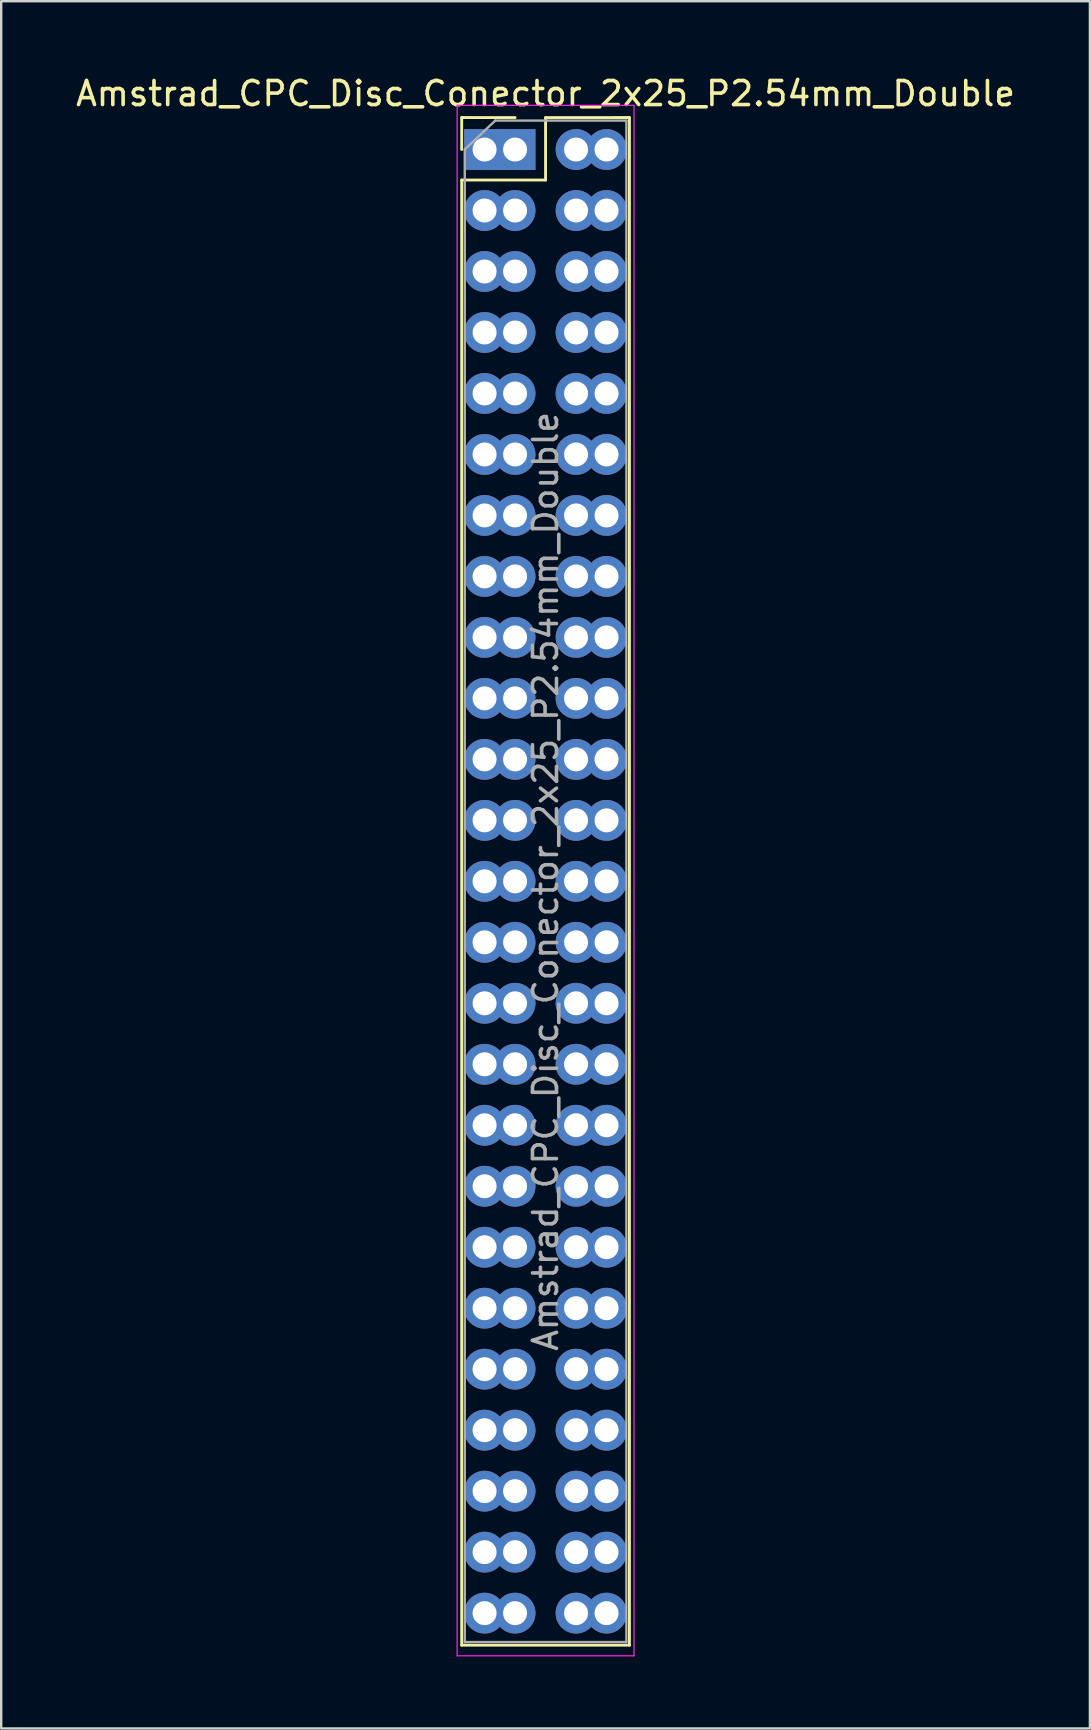
<source format=kicad_pcb>
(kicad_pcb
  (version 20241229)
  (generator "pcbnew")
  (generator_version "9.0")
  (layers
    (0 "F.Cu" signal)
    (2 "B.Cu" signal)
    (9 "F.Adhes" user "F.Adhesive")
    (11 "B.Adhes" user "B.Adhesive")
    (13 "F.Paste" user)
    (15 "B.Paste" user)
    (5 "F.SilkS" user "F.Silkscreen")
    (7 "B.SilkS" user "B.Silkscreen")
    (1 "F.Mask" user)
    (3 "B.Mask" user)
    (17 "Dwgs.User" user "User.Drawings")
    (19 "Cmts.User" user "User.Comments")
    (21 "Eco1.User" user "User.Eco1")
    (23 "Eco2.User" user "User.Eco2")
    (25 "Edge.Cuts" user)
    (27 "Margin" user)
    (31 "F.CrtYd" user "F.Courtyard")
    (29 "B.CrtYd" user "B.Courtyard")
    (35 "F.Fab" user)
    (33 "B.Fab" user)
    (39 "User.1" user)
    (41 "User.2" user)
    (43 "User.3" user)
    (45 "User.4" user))
  (footprint "Amstrad_CPC_Disc_Conector_2x25_P2.54mm_Double"
    (layer "F.Cu")
    (at 18.403 3.178)
    (property "Reference" "Amstrad_CPC_Disc_Conector_2x25_P2.54mm_Double" (at 1.27 -2.33 0) (layer "F.SilkS") (effects (font (size 1 1) (thickness 0.15))))
    (attr through_hole)
    (fp_line (start -2.223 -1.333) (end 0 -1.33) (stroke (width 0.12) (type solid)) (layer "F.SilkS"))
    (fp_line (start -2.223 -0.004) (end -2.223 -1.333) (stroke (width 0.12) (type solid)) (layer "F.SilkS"))
    (fp_line (start -2.223 1.27) (end 1.27 1.27) (stroke (width 0.12) (type solid)) (layer "F.SilkS"))
    (fp_line (start -2.223 1.274) (end -2.223 62.294) (stroke (width 0.12) (type solid)) (layer "F.SilkS"))
    (fp_line (start -2.223 62.294) (end 4.763 62.294) (stroke (width 0.12) (type solid)) (layer "F.SilkS"))
    (fp_line (start 1.27 -1.33) (end 4.763 -1.333) (stroke (width 0.12) (type solid)) (layer "F.SilkS"))
    (fp_line (start 1.27 1.27) (end 1.27 -1.33) (stroke (width 0.12) (type solid)) (layer "F.SilkS"))
    (fp_line (start 4.763 -1.327) (end 4.763 62.294) (stroke (width 0.12) (type solid)) (layer "F.SilkS"))
    (fp_line (start -2.413 -1.841) (end -2.413 62.738) (stroke (width 0.05) (type solid)) (layer "F.CrtYd"))
    (fp_line (start -2.413 62.738) (end 4.953 62.738) (stroke (width 0.05) (type solid)) (layer "F.CrtYd"))
    (fp_line (start 4.953 -1.841) (end -2.413 -1.841) (stroke (width 0.05) (type solid)) (layer "F.CrtYd"))
    (fp_line (start 4.953 62.738) (end 4.953 -1.841) (stroke (width 0.05) (type solid)) (layer "F.CrtYd"))
    (fp_line (start -2.095 0) (end -0.826 -1.206) (stroke (width 0.1) (type solid)) (layer "F.Fab"))
    (fp_line (start -2.095 62.166) (end -2.095 0) (stroke (width 0.1) (type solid)) (layer "F.Fab"))
    (fp_line (start -0.826 -1.206) (end 4.636 -1.206) (stroke (width 0.1) (type solid)) (layer "F.Fab"))
    (fp_line (start 4.636 -1.206) (end 4.636 62.166) (stroke (width 0.1) (type solid)) (layer "F.Fab"))
    (fp_line (start 4.636 62.166) (end -2.095 62.166) (stroke (width 0.1) (type solid)) (layer "F.Fab"))
    (fp_text user "${REFERENCE}" (at 1.27 30.48 90) (layer "F.Fab") (effects (font (size 1 1) (thickness 0.15))))
    (pad "1" thru_hole rect (at -1.27 0) (size 1.7 1.7) (drill 1) (layers "*.Cu" "*.Mask"))
    (pad "1" thru_hole rect (at 0 0) (size 1.7 1.7) (drill 1) (layers "*.Cu" "*.Mask"))
    (pad "2" thru_hole oval (at 2.54 0) (size 1.7 1.7) (drill 1) (layers "*.Cu" "*.Mask"))
    (pad "2" thru_hole oval (at 3.81 0) (size 1.7 1.7) (drill 1) (layers "*.Cu" "*.Mask"))
    (pad "3" thru_hole oval (at -1.27 2.54) (size 1.7 1.7) (drill 1) (layers "*.Cu" "*.Mask"))
    (pad "3" thru_hole oval (at 0 2.54) (size 1.7 1.7) (drill 1) (layers "*.Cu" "*.Mask"))
    (pad "4" thru_hole oval (at 2.54 2.54) (size 1.7 1.7) (drill 1) (layers "*.Cu" "*.Mask"))
    (pad "4" thru_hole oval (at 3.81 2.54) (size 1.7 1.7) (drill 1) (layers "*.Cu" "*.Mask"))
    (pad "5" thru_hole oval (at -1.27 5.08) (size 1.7 1.7) (drill 1) (layers "*.Cu" "*.Mask"))
    (pad "5" thru_hole oval (at 0 5.08) (size 1.7 1.7) (drill 1) (layers "*.Cu" "*.Mask"))
    (pad "6" thru_hole oval (at 2.54 5.08) (size 1.7 1.7) (drill 1) (layers "*.Cu" "*.Mask"))
    (pad "6" thru_hole oval (at 3.81 5.08) (size 1.7 1.7) (drill 1) (layers "*.Cu" "*.Mask"))
    (pad "7" thru_hole oval (at -1.27 7.62) (size 1.7 1.7) (drill 1) (layers "*.Cu" "*.Mask"))
    (pad "7" thru_hole oval (at 0 7.62) (size 1.7 1.7) (drill 1) (layers "*.Cu" "*.Mask"))
    (pad "8" thru_hole oval (at 2.54 7.62) (size 1.7 1.7) (drill 1) (layers "*.Cu" "*.Mask"))
    (pad "8" thru_hole oval (at 3.81 7.62) (size 1.7 1.7) (drill 1) (layers "*.Cu" "*.Mask"))
    (pad "9" thru_hole oval (at -1.27 10.16) (size 1.7 1.7) (drill 1) (layers "*.Cu" "*.Mask"))
    (pad "9" thru_hole oval (at 0 10.16) (size 1.7 1.7) (drill 1) (layers "*.Cu" "*.Mask"))
    (pad "10" thru_hole oval (at 2.54 10.16) (size 1.7 1.7) (drill 1) (layers "*.Cu" "*.Mask"))
    (pad "10" thru_hole oval (at 3.81 10.16) (size 1.7 1.7) (drill 1) (layers "*.Cu" "*.Mask"))
    (pad "11" thru_hole oval (at -1.27 12.7) (size 1.7 1.7) (drill 1) (layers "*.Cu" "*.Mask"))
    (pad "11" thru_hole oval (at 0 12.7) (size 1.7 1.7) (drill 1) (layers "*.Cu" "*.Mask"))
    (pad "12" thru_hole oval (at 2.54 12.7) (size 1.7 1.7) (drill 1) (layers "*.Cu" "*.Mask"))
    (pad "12" thru_hole oval (at 3.81 12.7) (size 1.7 1.7) (drill 1) (layers "*.Cu" "*.Mask"))
    (pad "13" thru_hole oval (at -1.27 15.24) (size 1.7 1.7) (drill 1) (layers "*.Cu" "*.Mask"))
    (pad "13" thru_hole oval (at 0 15.24) (size 1.7 1.7) (drill 1) (layers "*.Cu" "*.Mask"))
    (pad "14" thru_hole oval (at 2.54 15.24) (size 1.7 1.7) (drill 1) (layers "*.Cu" "*.Mask"))
    (pad "14" thru_hole oval (at 3.81 15.24) (size 1.7 1.7) (drill 1) (layers "*.Cu" "*.Mask"))
    (pad "15" thru_hole oval (at -1.27 17.78) (size 1.7 1.7) (drill 1) (layers "*.Cu" "*.Mask"))
    (pad "15" thru_hole oval (at 0 17.78) (size 1.7 1.7) (drill 1) (layers "*.Cu" "*.Mask"))
    (pad "16" thru_hole oval (at 2.54 17.78) (size 1.7 1.7) (drill 1) (layers "*.Cu" "*.Mask"))
    (pad "16" thru_hole oval (at 3.81 17.78) (size 1.7 1.7) (drill 1) (layers "*.Cu" "*.Mask"))
    (pad "17" thru_hole oval (at -1.27 20.32) (size 1.7 1.7) (drill 1) (layers "*.Cu" "*.Mask"))
    (pad "17" thru_hole oval (at 0 20.32) (size 1.7 1.7) (drill 1) (layers "*.Cu" "*.Mask"))
    (pad "18" thru_hole oval (at 2.54 20.32) (size 1.7 1.7) (drill 1) (layers "*.Cu" "*.Mask"))
    (pad "18" thru_hole oval (at 3.81 20.32) (size 1.7 1.7) (drill 1) (layers "*.Cu" "*.Mask"))
    (pad "19" thru_hole oval (at -1.27 22.86) (size 1.7 1.7) (drill 1) (layers "*.Cu" "*.Mask"))
    (pad "19" thru_hole oval (at 0 22.86) (size 1.7 1.7) (drill 1) (layers "*.Cu" "*.Mask"))
    (pad "20" thru_hole oval (at 2.54 22.86) (size 1.7 1.7) (drill 1) (layers "*.Cu" "*.Mask"))
    (pad "20" thru_hole oval (at 3.81 22.86) (size 1.7 1.7) (drill 1) (layers "*.Cu" "*.Mask"))
    (pad "21" thru_hole oval (at -1.27 25.4) (size 1.7 1.7) (drill 1) (layers "*.Cu" "*.Mask"))
    (pad "21" thru_hole oval (at 0 25.4) (size 1.7 1.7) (drill 1) (layers "*.Cu" "*.Mask"))
    (pad "22" thru_hole oval (at 2.54 25.4) (size 1.7 1.7) (drill 1) (layers "*.Cu" "*.Mask"))
    (pad "22" thru_hole oval (at 3.81 25.4) (size 1.7 1.7) (drill 1) (layers "*.Cu" "*.Mask"))
    (pad "23" thru_hole oval (at -1.27 27.94) (size 1.7 1.7) (drill 1) (layers "*.Cu" "*.Mask"))
    (pad "23" thru_hole oval (at 0 27.94) (size 1.7 1.7) (drill 1) (layers "*.Cu" "*.Mask"))
    (pad "24" thru_hole oval (at 2.54 27.94) (size 1.7 1.7) (drill 1) (layers "*.Cu" "*.Mask"))
    (pad "24" thru_hole oval (at 3.81 27.94) (size 1.7 1.7) (drill 1) (layers "*.Cu" "*.Mask"))
    (pad "25" thru_hole oval (at -1.27 30.48) (size 1.7 1.7) (drill 1) (layers "*.Cu" "*.Mask"))
    (pad "25" thru_hole oval (at 0 30.48) (size 1.7 1.7) (drill 1) (layers "*.Cu" "*.Mask"))
    (pad "26" thru_hole oval (at 2.54 30.48) (size 1.7 1.7) (drill 1) (layers "*.Cu" "*.Mask"))
    (pad "26" thru_hole oval (at 3.81 30.48) (size 1.7 1.7) (drill 1) (layers "*.Cu" "*.Mask"))
    (pad "27" thru_hole oval (at -1.27 33.02) (size 1.7 1.7) (drill 1) (layers "*.Cu" "*.Mask"))
    (pad "27" thru_hole oval (at 0 33.02) (size 1.7 1.7) (drill 1) (layers "*.Cu" "*.Mask"))
    (pad "28" thru_hole oval (at 2.54 33.02) (size 1.7 1.7) (drill 1) (layers "*.Cu" "*.Mask"))
    (pad "28" thru_hole oval (at 3.81 33.02) (size 1.7 1.7) (drill 1) (layers "*.Cu" "*.Mask"))
    (pad "29" thru_hole oval (at -1.27 35.56) (size 1.7 1.7) (drill 1) (layers "*.Cu" "*.Mask"))
    (pad "29" thru_hole oval (at 0 35.56) (size 1.7 1.7) (drill 1) (layers "*.Cu" "*.Mask"))
    (pad "30" thru_hole oval (at 2.54 35.56) (size 1.7 1.7) (drill 1) (layers "*.Cu" "*.Mask"))
    (pad "30" thru_hole oval (at 3.81 35.56) (size 1.7 1.7) (drill 1) (layers "*.Cu" "*.Mask"))
    (pad "31" thru_hole oval (at -1.27 38.1) (size 1.7 1.7) (drill 1) (layers "*.Cu" "*.Mask"))
    (pad "31" thru_hole oval (at 0 38.1) (size 1.7 1.7) (drill 1) (layers "*.Cu" "*.Mask"))
    (pad "32" thru_hole oval (at 2.54 38.1) (size 1.7 1.7) (drill 1) (layers "*.Cu" "*.Mask"))
    (pad "32" thru_hole oval (at 3.81 38.1) (size 1.7 1.7) (drill 1) (layers "*.Cu" "*.Mask"))
    (pad "33" thru_hole oval (at -1.27 40.64) (size 1.7 1.7) (drill 1) (layers "*.Cu" "*.Mask"))
    (pad "33" thru_hole oval (at 0 40.64) (size 1.7 1.7) (drill 1) (layers "*.Cu" "*.Mask"))
    (pad "34" thru_hole oval (at 2.54 40.64) (size 1.7 1.7) (drill 1) (layers "*.Cu" "*.Mask"))
    (pad "34" thru_hole oval (at 3.81 40.64) (size 1.7 1.7) (drill 1) (layers "*.Cu" "*.Mask"))
    (pad "35" thru_hole oval (at -1.27 43.18) (size 1.7 1.7) (drill 1) (layers "*.Cu" "*.Mask"))
    (pad "35" thru_hole oval (at 0 43.18) (size 1.7 1.7) (drill 1) (layers "*.Cu" "*.Mask"))
    (pad "36" thru_hole oval (at 2.54 43.18) (size 1.7 1.7) (drill 1) (layers "*.Cu" "*.Mask"))
    (pad "36" thru_hole oval (at 3.81 43.18) (size 1.7 1.7) (drill 1) (layers "*.Cu" "*.Mask"))
    (pad "37" thru_hole oval (at -1.27 45.72) (size 1.7 1.7) (drill 1) (layers "*.Cu" "*.Mask"))
    (pad "37" thru_hole oval (at 0 45.72) (size 1.7 1.7) (drill 1) (layers "*.Cu" "*.Mask"))
    (pad "38" thru_hole oval (at 2.54 45.72) (size 1.7 1.7) (drill 1) (layers "*.Cu" "*.Mask"))
    (pad "38" thru_hole oval (at 3.81 45.72) (size 1.7 1.7) (drill 1) (layers "*.Cu" "*.Mask"))
    (pad "39" thru_hole oval (at -1.27 48.26) (size 1.7 1.7) (drill 1) (layers "*.Cu" "*.Mask"))
    (pad "39" thru_hole oval (at 0 48.26) (size 1.7 1.7) (drill 1) (layers "*.Cu" "*.Mask"))
    (pad "40" thru_hole oval (at 2.54 48.26) (size 1.7 1.7) (drill 1) (layers "*.Cu" "*.Mask"))
    (pad "40" thru_hole oval (at 3.81 48.26) (size 1.7 1.7) (drill 1) (layers "*.Cu" "*.Mask"))
    (pad "41" thru_hole oval (at -1.27 50.8) (size 1.7 1.7) (drill 1) (layers "*.Cu" "*.Mask"))
    (pad "41" thru_hole oval (at 0 50.8) (size 1.7 1.7) (drill 1) (layers "*.Cu" "*.Mask"))
    (pad "42" thru_hole oval (at 2.54 50.8) (size 1.7 1.7) (drill 1) (layers "*.Cu" "*.Mask"))
    (pad "42" thru_hole oval (at 3.81 50.8) (size 1.7 1.7) (drill 1) (layers "*.Cu" "*.Mask"))
    (pad "43" thru_hole oval (at -1.27 53.34) (size 1.7 1.7) (drill 1) (layers "*.Cu" "*.Mask"))
    (pad "43" thru_hole oval (at 0 53.34) (size 1.7 1.7) (drill 1) (layers "*.Cu" "*.Mask"))
    (pad "44" thru_hole oval (at 2.54 53.34) (size 1.7 1.7) (drill 1) (layers "*.Cu" "*.Mask"))
    (pad "44" thru_hole oval (at 3.81 53.34) (size 1.7 1.7) (drill 1) (layers "*.Cu" "*.Mask"))
    (pad "45" thru_hole oval (at -1.27 55.88) (size 1.7 1.7) (drill 1) (layers "*.Cu" "*.Mask"))
    (pad "45" thru_hole oval (at 0 55.88) (size 1.7 1.7) (drill 1) (layers "*.Cu" "*.Mask"))
    (pad "46" thru_hole oval (at 2.54 55.88) (size 1.7 1.7) (drill 1) (layers "*.Cu" "*.Mask"))
    (pad "46" thru_hole oval (at 3.81 55.88) (size 1.7 1.7) (drill 1) (layers "*.Cu" "*.Mask"))
    (pad "47" thru_hole oval (at -1.27 58.42) (size 1.7 1.7) (drill 1) (layers "*.Cu" "*.Mask"))
    (pad "47" thru_hole oval (at 0 58.42) (size 1.7 1.7) (drill 1) (layers "*.Cu" "*.Mask"))
    (pad "48" thru_hole oval (at 2.54 58.42) (size 1.7 1.7) (drill 1) (layers "*.Cu" "*.Mask"))
    (pad "48" thru_hole oval (at 3.81 58.42) (size 1.7 1.7) (drill 1) (layers "*.Cu" "*.Mask"))
    (pad "49" thru_hole oval (at -1.27 60.96) (size 1.7 1.7) (drill 1) (layers "*.Cu" "*.Mask"))
    (pad "49" thru_hole oval (at 0 60.96) (size 1.7 1.7) (drill 1) (layers "*.Cu" "*.Mask"))
    (pad "50" thru_hole oval (at 2.54 60.96) (size 1.7 1.7) (drill 1) (layers "*.Cu" "*.Mask"))
    (pad "50" thru_hole oval (at 3.81 60.96) (size 1.7 1.7) (drill 1) (layers "*.Cu" "*.Mask")))
  (gr_rect
    (start -3 -3)
    (end 42.345 68.941)
    (stroke (width 0.1) (type default))
    (fill no)
    (layer "Edge.Cuts")))
</source>
